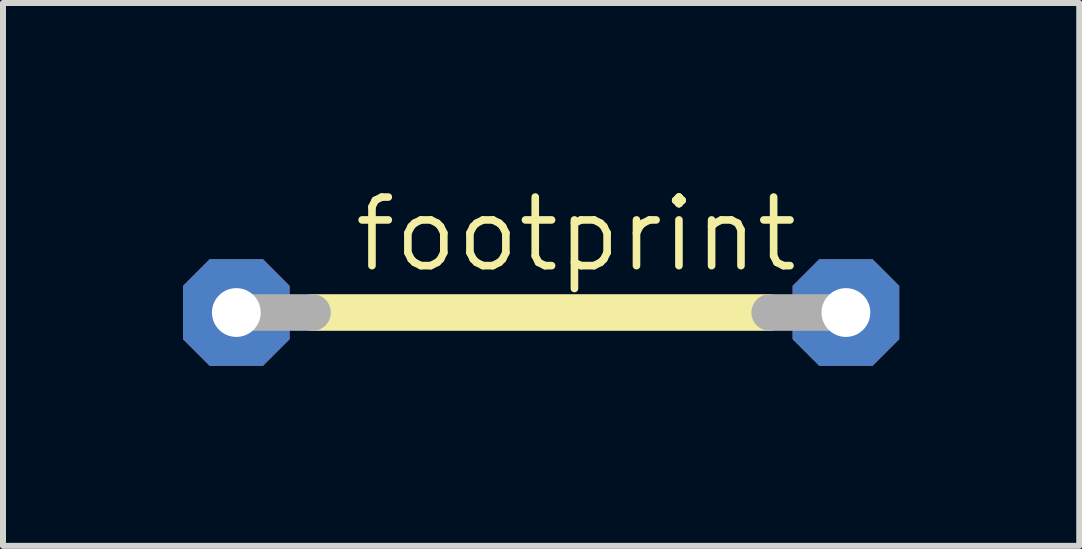
<source format=kicad_pcb>
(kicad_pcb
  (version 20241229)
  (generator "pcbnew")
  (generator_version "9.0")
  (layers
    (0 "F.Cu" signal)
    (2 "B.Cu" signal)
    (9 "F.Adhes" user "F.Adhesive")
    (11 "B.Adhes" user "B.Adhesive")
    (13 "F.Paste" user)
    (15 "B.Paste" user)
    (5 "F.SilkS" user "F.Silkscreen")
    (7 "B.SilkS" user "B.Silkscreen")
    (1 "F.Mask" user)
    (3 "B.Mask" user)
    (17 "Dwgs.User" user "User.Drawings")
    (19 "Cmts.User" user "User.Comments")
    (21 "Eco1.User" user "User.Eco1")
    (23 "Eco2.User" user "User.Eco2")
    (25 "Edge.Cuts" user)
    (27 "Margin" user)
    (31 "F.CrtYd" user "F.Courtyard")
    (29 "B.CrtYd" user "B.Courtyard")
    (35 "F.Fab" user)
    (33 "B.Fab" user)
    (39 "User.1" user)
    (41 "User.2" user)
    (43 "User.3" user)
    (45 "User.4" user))
  (footprint "footprint"
    (layer "F.Cu")
    (at 5.969 2.159)
    (property "Reference" "footprint" (at -3.175 -0.635 0) (layer "F.SilkS") (effects (font (size 1.143 1.143) (thickness 0.127)) (justify left bottom)))
    (fp_line (start -3.81 0) (end 3.81 0) (stroke (width 0.61) (type solid)) (layer "F.SilkS"))
    (fp_line (start -5.08 0) (end -3.81 0) (stroke (width 0.61) (type solid)) (layer "F.Fab"))
    (fp_line (start 5.08 0) (end 3.81 0) (stroke (width 0.61) (type solid)) (layer "F.Fab"))
    (pad "1" thru_hole roundrect (at -5.08 0) (size 1.778 1.778) (drill 0.813) (layers "*.Cu" "*.Mask") (roundrect_rratio 0.25) (chamfer_ratio 0.25) (chamfer top_left top_right bottom_left bottom_right))
    (pad "2" thru_hole roundrect (at 5.08 0) (size 1.778 1.778) (drill 0.813) (layers "*.Cu" "*.Mask") (roundrect_rratio 0.25) (chamfer_ratio 0.25) (chamfer top_left top_right bottom_left bottom_right)))
  (gr_rect
    (start -3 -3)
    (end 14.938 6.048)
    (stroke (width 0.1) (type default))
    (fill no)
    (layer "Edge.Cuts")))
</source>
